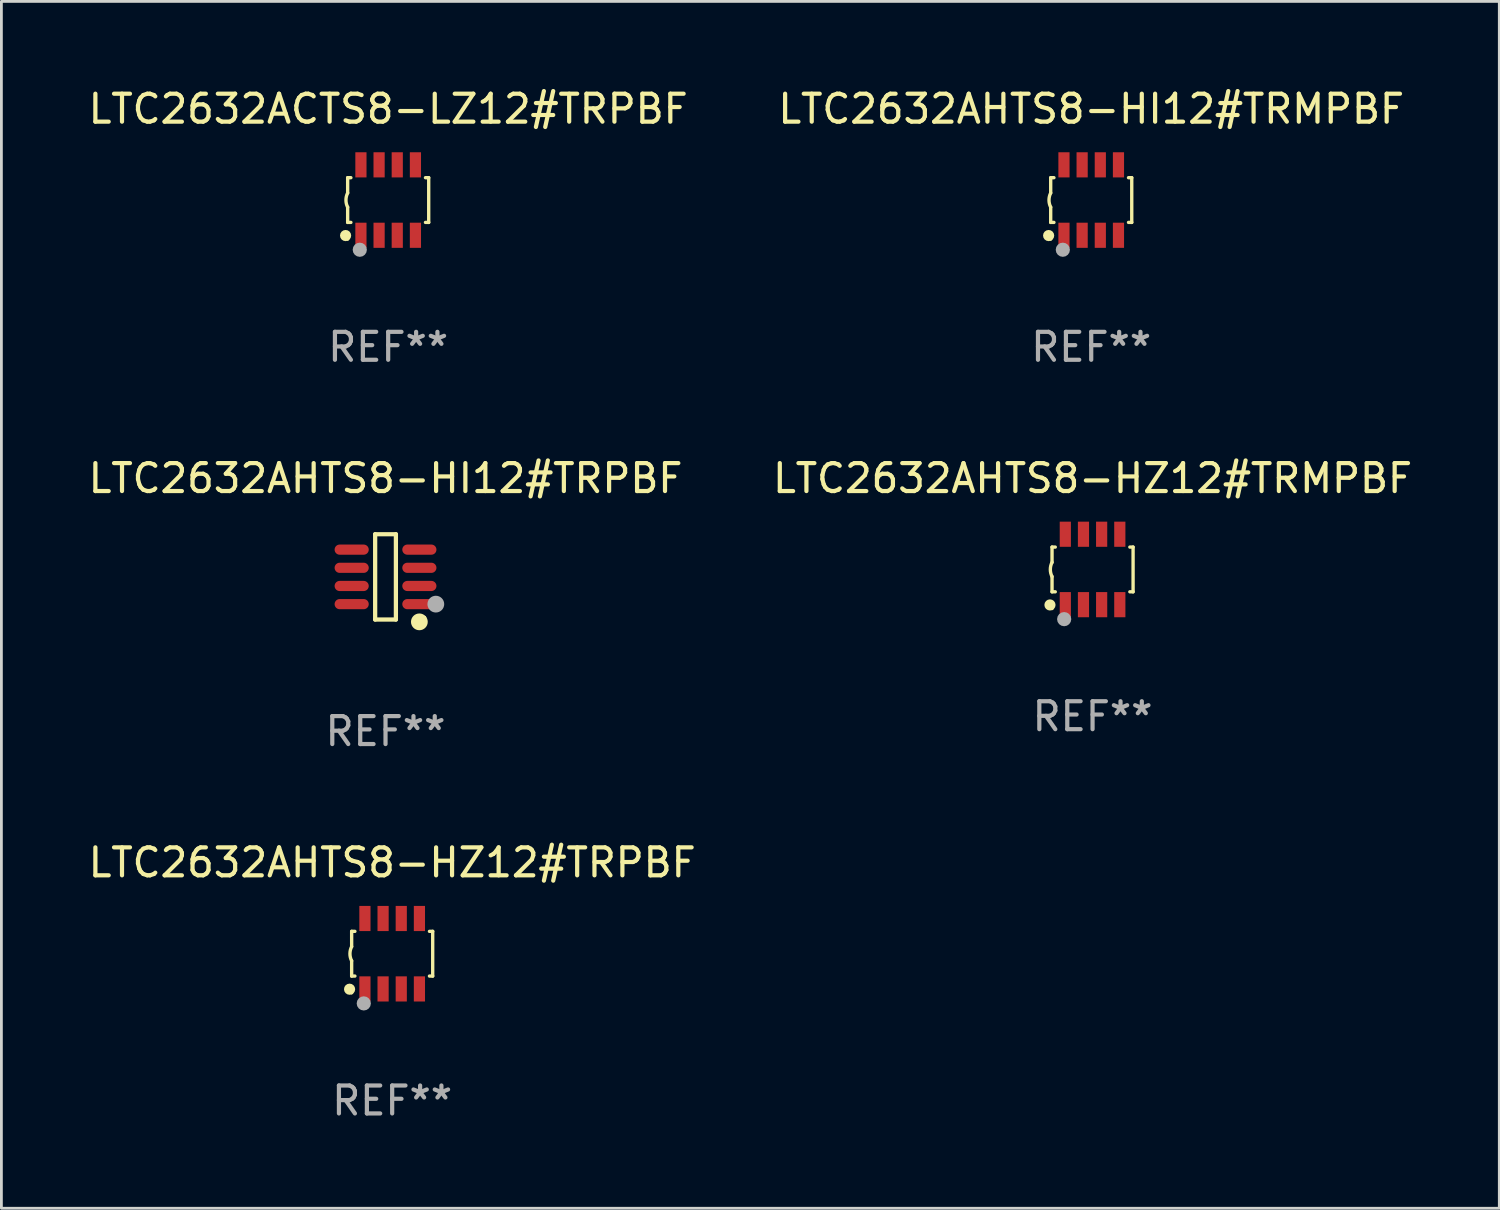
<source format=kicad_pcb>
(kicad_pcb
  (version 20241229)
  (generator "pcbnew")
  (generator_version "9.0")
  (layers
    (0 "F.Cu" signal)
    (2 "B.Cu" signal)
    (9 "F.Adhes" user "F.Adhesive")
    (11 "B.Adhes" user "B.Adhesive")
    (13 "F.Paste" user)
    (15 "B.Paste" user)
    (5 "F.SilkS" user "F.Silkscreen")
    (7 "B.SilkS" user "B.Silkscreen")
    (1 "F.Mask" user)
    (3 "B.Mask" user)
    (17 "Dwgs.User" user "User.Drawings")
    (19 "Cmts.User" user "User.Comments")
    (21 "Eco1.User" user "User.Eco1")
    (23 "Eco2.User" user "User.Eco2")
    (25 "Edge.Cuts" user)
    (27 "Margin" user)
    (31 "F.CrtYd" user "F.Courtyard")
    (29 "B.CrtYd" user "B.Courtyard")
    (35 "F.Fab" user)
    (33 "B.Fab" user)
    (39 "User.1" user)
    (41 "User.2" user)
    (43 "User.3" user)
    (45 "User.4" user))
  (footprint "LTC2632AHTS8-HZ12#TRPBF"
    (layer "F.Cu")
    (at 10.982 31.074)
    (property "Reference" "LTC2632AHTS8-HZ12#TRPBF" (at 0 -3.26 0) (layer "F.SilkS") (effects (font (size 1 1) (thickness 0.15))))
    (attr through_hole)
    (fp_line (start -1.45 -0.8) (end -1.45 -0.254) (stroke (width 0.12) (type solid)) (layer "F.SilkS"))
    (fp_line (start -1.45 -0.8) (end -1.334 -0.8) (stroke (width 0.12) (type solid)) (layer "F.SilkS"))
    (fp_line (start -1.45 0.8) (end -1.45 0.254) (stroke (width 0.12) (type solid)) (layer "F.SilkS"))
    (fp_line (start -1.45 0.8) (end -1.334 0.8) (stroke (width 0.12) (type solid)) (layer "F.SilkS"))
    (fp_line (start 1.334 -0.8) (end 1.45 -0.8) (stroke (width 0.12) (type solid)) (layer "F.SilkS"))
    (fp_line (start 1.334 0.8) (end 1.45 0.8) (stroke (width 0.12) (type solid)) (layer "F.SilkS"))
    (fp_line (start 1.45 0.8) (end 1.45 -0.8) (stroke (width 0.12) (type solid)) (layer "F.SilkS"))
    (fp_arc (start -1.45075 0.255144) (mid -1.510605 0.000434) (end -1.450013 -0.254102) (stroke (width 0.11999) (type solid)) (layer "F.SilkS"))
    (fp_circle (center -1.524 1.27) (end -1.424 1.27) (stroke (width 0.2) (type solid)) (fill no) (layer "F.SilkS"))
    (fp_circle (center -1.45 1.4) (end -1.42 1.4) (stroke (width 0.06) (type solid)) (fill no) (layer "F.SilkS"))
    (fp_circle (center -1.016 1.778) (end -0.889 1.778) (stroke (width 0.254) (type solid)) (fill no) (layer "F.Fab"))
    (fp_text user "REF**" (at 0 5.26 0) (layer "F.Fab") (effects (font (size 1 1) (thickness 0.15))))
    (pad "1" smd rect (at -0.975 1.26) (size 0.4 0.9) (layers "F.Cu" "F.Mask" "F.Paste"))
    (pad "2" smd rect (at -0.325 1.26) (size 0.4 0.9) (layers "F.Cu" "F.Mask" "F.Paste"))
    (pad "3" smd rect (at 0.325 1.26) (size 0.4 0.9) (layers "F.Cu" "F.Mask" "F.Paste"))
    (pad "4" smd rect (at 0.975 1.26) (size 0.4 0.9) (layers "F.Cu" "F.Mask" "F.Paste"))
    (pad "5" smd rect (at 0.975 -1.26) (size 0.4 0.9) (layers "F.Cu" "F.Mask" "F.Paste"))
    (pad "6" smd rect (at 0.325 -1.26) (size 0.4 0.9) (layers "F.Cu" "F.Mask" "F.Paste"))
    (pad "7" smd rect (at -0.325 -1.26) (size 0.4 0.9) (layers "F.Cu" "F.Mask" "F.Paste"))
    (pad "8" smd rect (at -0.975 -1.26) (size 0.4 0.9) (layers "F.Cu" "F.Mask" "F.Paste")))
  (footprint "LTC2632AHTS8-HI12#TRPBF"
    (layer "F.Cu")
    (at 10.744 17.591)
    (property "Reference" "LTC2632AHTS8-HI12#TRPBF" (at 0 -3.526 0) (layer "F.SilkS") (effects (font (size 1 1) (thickness 0.15))))
    (attr through_hole)
    (fp_line (start -0.371 -1.526) (end 0.371 -1.526) (stroke (width 0.152) (type solid)) (layer "F.SilkS"))
    (fp_line (start -0.371 1.526) (end -0.371 -1.526) (stroke (width 0.152) (type solid)) (layer "F.SilkS"))
    (fp_line (start 0.371 -1.526) (end 0.371 1.526) (stroke (width 0.152) (type solid)) (layer "F.SilkS"))
    (fp_line (start 0.371 1.526) (end -0.371 1.526) (stroke (width 0.152) (type solid)) (layer "F.SilkS"))
    (fp_circle (center 1.211 1.609) (end 1.361 1.609) (stroke (width 0.3) (type solid)) (fill no) (layer "F.SilkS"))
    (fp_circle (center 1.4 1.45) (end 1.43 1.45) (stroke (width 0.06) (type solid)) (fill no) (layer "F.SilkS"))
    (fp_circle (center 1.8 0.975) (end 1.95 0.975) (stroke (width 0.3) (type solid)) (fill no) (layer "F.Fab"))
    (fp_text user "REF**" (at 0 5.526 0) (layer "F.Fab") (effects (font (size 1 1) (thickness 0.15))))
    (pad "1" smd oval (at 1.211 0.975) (size 1.222 0.364) (layers "F.Cu" "F.Mask" "F.Paste"))
    (pad "2" smd oval (at 1.211 0.325) (size 1.222 0.364) (layers "F.Cu" "F.Mask" "F.Paste"))
    (pad "3" smd oval (at 1.211 -0.325) (size 1.222 0.364) (layers "F.Cu" "F.Mask" "F.Paste"))
    (pad "4" smd oval (at 1.211 -0.975) (size 1.222 0.364) (layers "F.Cu" "F.Mask" "F.Paste"))
    (pad "5" smd oval (at -1.211 -0.975) (size 1.222 0.364) (layers "F.Cu" "F.Mask" "F.Paste"))
    (pad "6" smd oval (at -1.211 -0.325) (size 1.222 0.364) (layers "F.Cu" "F.Mask" "F.Paste"))
    (pad "7" smd oval (at -1.211 0.325) (size 1.222 0.364) (layers "F.Cu" "F.Mask" "F.Paste"))
    (pad "8" smd oval (at -1.211 0.975) (size 1.222 0.364) (layers "F.Cu" "F.Mask" "F.Paste")))
  (footprint "LTC2632AHTS8-HI12#TRMPBF"
    (layer "F.Cu")
    (at 35.994 4.108)
    (property "Reference" "LTC2632AHTS8-HI12#TRMPBF" (at 0 -3.26 0) (layer "F.SilkS") (effects (font (size 1 1) (thickness 0.15))))
    (attr through_hole)
    (fp_line (start -1.45 -0.8) (end -1.45 -0.254) (stroke (width 0.12) (type solid)) (layer "F.SilkS"))
    (fp_line (start -1.45 -0.8) (end -1.334 -0.8) (stroke (width 0.12) (type solid)) (layer "F.SilkS"))
    (fp_line (start -1.45 0.8) (end -1.45 0.254) (stroke (width 0.12) (type solid)) (layer "F.SilkS"))
    (fp_line (start -1.45 0.8) (end -1.334 0.8) (stroke (width 0.12) (type solid)) (layer "F.SilkS"))
    (fp_line (start 1.334 -0.8) (end 1.45 -0.8) (stroke (width 0.12) (type solid)) (layer "F.SilkS"))
    (fp_line (start 1.334 0.8) (end 1.45 0.8) (stroke (width 0.12) (type solid)) (layer "F.SilkS"))
    (fp_line (start 1.45 0.8) (end 1.45 -0.8) (stroke (width 0.12) (type solid)) (layer "F.SilkS"))
    (fp_arc (start -1.45075 0.255144) (mid -1.510605 0.000434) (end -1.450013 -0.254102) (stroke (width 0.11999) (type solid)) (layer "F.SilkS"))
    (fp_circle (center -1.524 1.27) (end -1.424 1.27) (stroke (width 0.2) (type solid)) (fill no) (layer "F.SilkS"))
    (fp_circle (center -1.45 1.4) (end -1.42 1.4) (stroke (width 0.06) (type solid)) (fill no) (layer "F.SilkS"))
    (fp_circle (center -1.016 1.778) (end -0.889 1.778) (stroke (width 0.254) (type solid)) (fill no) (layer "F.Fab"))
    (fp_text user "REF**" (at 0 5.26 0) (layer "F.Fab") (effects (font (size 1 1) (thickness 0.15))))
    (pad "1" smd rect (at -0.975 1.26) (size 0.4 0.9) (layers "F.Cu" "F.Mask" "F.Paste"))
    (pad "2" smd rect (at -0.325 1.26) (size 0.4 0.9) (layers "F.Cu" "F.Mask" "F.Paste"))
    (pad "3" smd rect (at 0.325 1.26) (size 0.4 0.9) (layers "F.Cu" "F.Mask" "F.Paste"))
    (pad "4" smd rect (at 0.975 1.26) (size 0.4 0.9) (layers "F.Cu" "F.Mask" "F.Paste"))
    (pad "5" smd rect (at 0.975 -1.26) (size 0.4 0.9) (layers "F.Cu" "F.Mask" "F.Paste"))
    (pad "6" smd rect (at 0.325 -1.26) (size 0.4 0.9) (layers "F.Cu" "F.Mask" "F.Paste"))
    (pad "7" smd rect (at -0.325 -1.26) (size 0.4 0.9) (layers "F.Cu" "F.Mask" "F.Paste"))
    (pad "8" smd rect (at -0.975 -1.26) (size 0.4 0.9) (layers "F.Cu" "F.Mask" "F.Paste")))
  (footprint "LTC2632AHTS8-HZ12#TRMPBF"
    (layer "F.Cu")
    (at 36.042 17.325)
    (property "Reference" "LTC2632AHTS8-HZ12#TRMPBF" (at 0 -3.26 0) (layer "F.SilkS") (effects (font (size 1 1) (thickness 0.15))))
    (attr through_hole)
    (fp_line (start -1.45 -0.8) (end -1.45 -0.254) (stroke (width 0.12) (type solid)) (layer "F.SilkS"))
    (fp_line (start -1.45 -0.8) (end -1.334 -0.8) (stroke (width 0.12) (type solid)) (layer "F.SilkS"))
    (fp_line (start -1.45 0.8) (end -1.45 0.254) (stroke (width 0.12) (type solid)) (layer "F.SilkS"))
    (fp_line (start -1.45 0.8) (end -1.334 0.8) (stroke (width 0.12) (type solid)) (layer "F.SilkS"))
    (fp_line (start 1.334 -0.8) (end 1.45 -0.8) (stroke (width 0.12) (type solid)) (layer "F.SilkS"))
    (fp_line (start 1.334 0.8) (end 1.45 0.8) (stroke (width 0.12) (type solid)) (layer "F.SilkS"))
    (fp_line (start 1.45 0.8) (end 1.45 -0.8) (stroke (width 0.12) (type solid)) (layer "F.SilkS"))
    (fp_arc (start -1.45075 0.255144) (mid -1.510605 0.000434) (end -1.450013 -0.254102) (stroke (width 0.11999) (type solid)) (layer "F.SilkS"))
    (fp_circle (center -1.524 1.27) (end -1.424 1.27) (stroke (width 0.2) (type solid)) (fill no) (layer "F.SilkS"))
    (fp_circle (center -1.45 1.4) (end -1.42 1.4) (stroke (width 0.06) (type solid)) (fill no) (layer "F.SilkS"))
    (fp_circle (center -1.016 1.778) (end -0.889 1.778) (stroke (width 0.254) (type solid)) (fill no) (layer "F.Fab"))
    (fp_text user "REF**" (at 0 5.26 0) (layer "F.Fab") (effects (font (size 1 1) (thickness 0.15))))
    (pad "1" smd rect (at -0.975 1.26) (size 0.4 0.9) (layers "F.Cu" "F.Mask" "F.Paste"))
    (pad "2" smd rect (at -0.325 1.26) (size 0.4 0.9) (layers "F.Cu" "F.Mask" "F.Paste"))
    (pad "3" smd rect (at 0.325 1.26) (size 0.4 0.9) (layers "F.Cu" "F.Mask" "F.Paste"))
    (pad "4" smd rect (at 0.975 1.26) (size 0.4 0.9) (layers "F.Cu" "F.Mask" "F.Paste"))
    (pad "5" smd rect (at 0.975 -1.26) (size 0.4 0.9) (layers "F.Cu" "F.Mask" "F.Paste"))
    (pad "6" smd rect (at 0.325 -1.26) (size 0.4 0.9) (layers "F.Cu" "F.Mask" "F.Paste"))
    (pad "7" smd rect (at -0.325 -1.26) (size 0.4 0.9) (layers "F.Cu" "F.Mask" "F.Paste"))
    (pad "8" smd rect (at -0.975 -1.26) (size 0.4 0.9) (layers "F.Cu" "F.Mask" "F.Paste")))
  (footprint "LTC2632ACTS8-LZ12#TRPBF"
    (layer "F.Cu")
    (at 10.839 4.108)
    (property "Reference" "LTC2632ACTS8-LZ12#TRPBF" (at 0 -3.26 0) (layer "F.SilkS") (effects (font (size 1 1) (thickness 0.15))))
    (attr through_hole)
    (fp_line (start -1.45 -0.8) (end -1.45 -0.254) (stroke (width 0.12) (type solid)) (layer "F.SilkS"))
    (fp_line (start -1.45 -0.8) (end -1.334 -0.8) (stroke (width 0.12) (type solid)) (layer "F.SilkS"))
    (fp_line (start -1.45 0.8) (end -1.45 0.254) (stroke (width 0.12) (type solid)) (layer "F.SilkS"))
    (fp_line (start -1.45 0.8) (end -1.334 0.8) (stroke (width 0.12) (type solid)) (layer "F.SilkS"))
    (fp_line (start 1.334 -0.8) (end 1.45 -0.8) (stroke (width 0.12) (type solid)) (layer "F.SilkS"))
    (fp_line (start 1.334 0.8) (end 1.45 0.8) (stroke (width 0.12) (type solid)) (layer "F.SilkS"))
    (fp_line (start 1.45 0.8) (end 1.45 -0.8) (stroke (width 0.12) (type solid)) (layer "F.SilkS"))
    (fp_arc (start -1.45075 0.255144) (mid -1.510605 0.000434) (end -1.450013 -0.254102) (stroke (width 0.11999) (type solid)) (layer "F.SilkS"))
    (fp_circle (center -1.524 1.27) (end -1.424 1.27) (stroke (width 0.2) (type solid)) (fill no) (layer "F.SilkS"))
    (fp_circle (center -1.45 1.4) (end -1.42 1.4) (stroke (width 0.06) (type solid)) (fill no) (layer "F.SilkS"))
    (fp_circle (center -1.016 1.778) (end -0.889 1.778) (stroke (width 0.254) (type solid)) (fill no) (layer "F.Fab"))
    (fp_text user "REF**" (at 0 5.26 0) (layer "F.Fab") (effects (font (size 1 1) (thickness 0.15))))
    (pad "1" smd rect (at -0.975 1.26) (size 0.4 0.9) (layers "F.Cu" "F.Mask" "F.Paste"))
    (pad "2" smd rect (at -0.325 1.26) (size 0.4 0.9) (layers "F.Cu" "F.Mask" "F.Paste"))
    (pad "3" smd rect (at 0.325 1.26) (size 0.4 0.9) (layers "F.Cu" "F.Mask" "F.Paste"))
    (pad "4" smd rect (at 0.975 1.26) (size 0.4 0.9) (layers "F.Cu" "F.Mask" "F.Paste"))
    (pad "5" smd rect (at 0.975 -1.26) (size 0.4 0.9) (layers "F.Cu" "F.Mask" "F.Paste"))
    (pad "6" smd rect (at 0.325 -1.26) (size 0.4 0.9) (layers "F.Cu" "F.Mask" "F.Paste"))
    (pad "7" smd rect (at -0.325 -1.26) (size 0.4 0.9) (layers "F.Cu" "F.Mask" "F.Paste"))
    (pad "8" smd rect (at -0.975 -1.26) (size 0.4 0.9) (layers "F.Cu" "F.Mask" "F.Paste")))
  (gr_rect
    (start -3 -3)
    (end 50.595 40.182)
    (stroke (width 0.1) (type default))
    (fill no)
    (layer "Edge.Cuts")))
</source>
